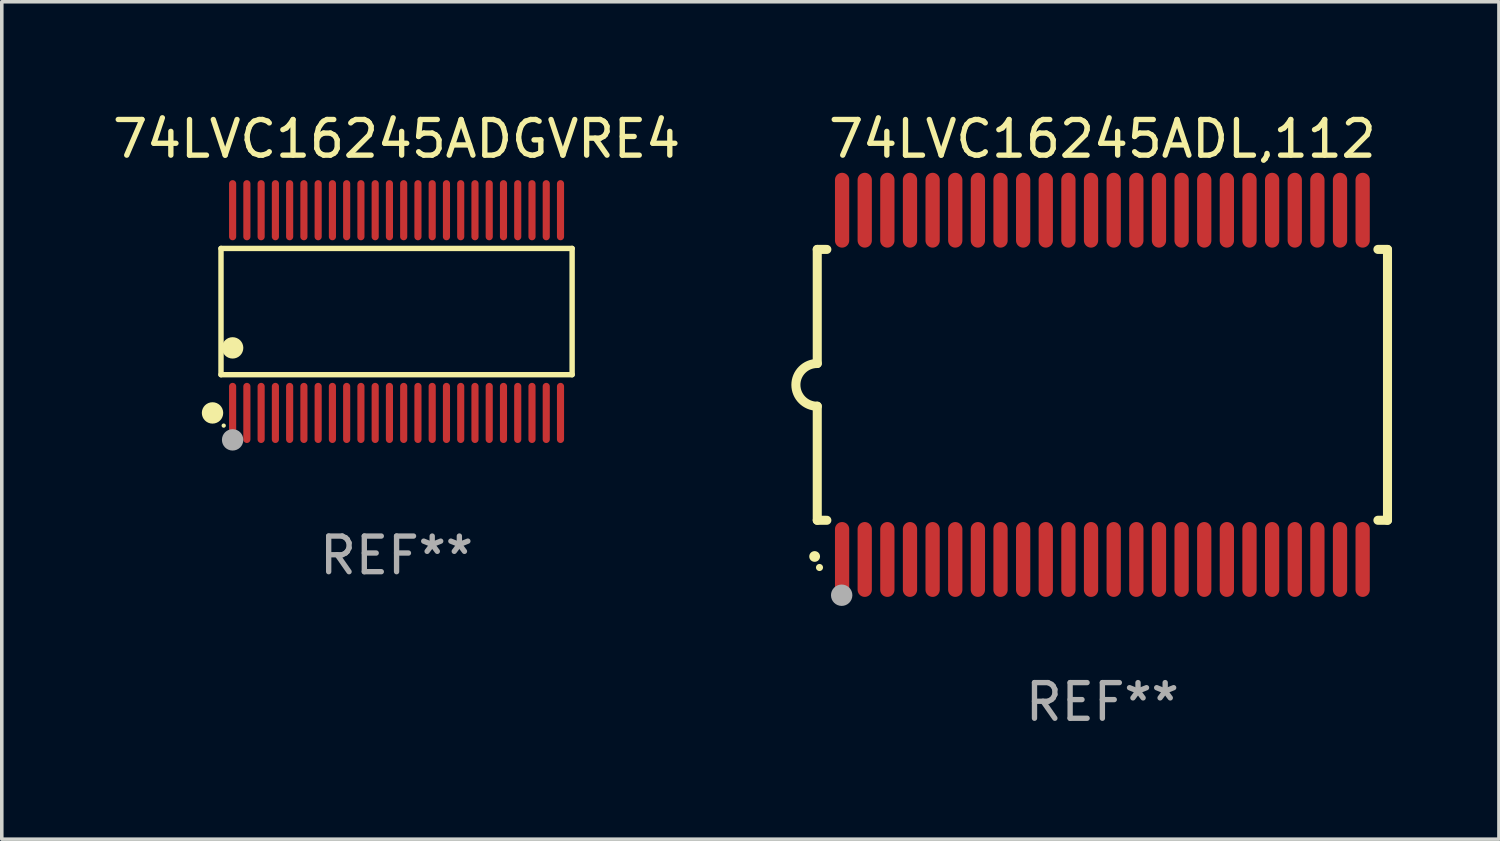
<source format=kicad_pcb>
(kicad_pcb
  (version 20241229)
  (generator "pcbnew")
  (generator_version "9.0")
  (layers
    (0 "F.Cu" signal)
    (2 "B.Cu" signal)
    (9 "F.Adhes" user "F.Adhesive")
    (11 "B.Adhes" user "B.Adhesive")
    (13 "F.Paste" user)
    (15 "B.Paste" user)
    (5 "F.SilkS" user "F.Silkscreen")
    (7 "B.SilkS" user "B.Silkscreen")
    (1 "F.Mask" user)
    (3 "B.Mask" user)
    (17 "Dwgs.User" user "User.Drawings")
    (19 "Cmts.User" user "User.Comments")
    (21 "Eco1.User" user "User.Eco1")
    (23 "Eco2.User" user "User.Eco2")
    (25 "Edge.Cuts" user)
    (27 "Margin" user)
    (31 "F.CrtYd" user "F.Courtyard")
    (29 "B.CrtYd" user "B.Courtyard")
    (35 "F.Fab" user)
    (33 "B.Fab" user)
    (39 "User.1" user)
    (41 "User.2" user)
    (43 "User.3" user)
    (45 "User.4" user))
  (footprint "74LVC16245ADL,112"
    (layer "F.Cu")
    (at 27.881 7.748)
    (property "Reference" "74LVC16245ADL,112" (at 0 -6.9 0) (layer "F.SilkS") (effects (font (size 1 1) (thickness 0.15))))
    (attr through_hole)
    (fp_line (start -8 -3.8) (end -8 -0.599) (stroke (width 0.254) (type solid)) (layer "F.SilkS"))
    (fp_line (start -8 -3.8) (end -7.731 -3.8) (stroke (width 0.254) (type solid)) (layer "F.SilkS"))
    (fp_line (start -8 3.8) (end -8 0.599) (stroke (width 0.254) (type solid)) (layer "F.SilkS"))
    (fp_line (start -7.731 3.8) (end -8 3.8) (stroke (width 0.254) (type solid)) (layer "F.SilkS"))
    (fp_line (start 7.731 -3.8) (end 8 -3.8) (stroke (width 0.254) (type solid)) (layer "F.SilkS"))
    (fp_line (start 8 -3.8) (end 8 3.8) (stroke (width 0.254) (type solid)) (layer "F.SilkS"))
    (fp_line (start 8 3.8) (end 7.731 3.8) (stroke (width 0.254) (type solid)) (layer "F.SilkS"))
    (fp_arc (start -8.074676 4.81585) (mid -8.073406 4.815845) (end -8.072136 4.81585) (stroke (width 0.3) (type solid)) (layer "F.SilkS"))
    (fp_arc (start -8.000025 0.6) (mid -8.598908 0.00056) (end -8.000027 -0.598882) (stroke (width 0.254001) (type solid)) (layer "F.SilkS"))
    (fp_circle (center -7.937 5.125) (end -7.887 5.125) (stroke (width 0.1) (type solid)) (fill no) (layer "F.SilkS"))
    (fp_circle (center -7.315 5.903) (end -7.165 5.903) (stroke (width 0.3) (type solid)) (fill no) (layer "F.Fab"))
    (fp_text user "REF**" (at 0 8.9 0) (layer "F.Fab") (effects (font (size 1 1) (thickness 0.15))))
    (pad "1" smd oval (at -7.303 4.9) (size 0.4 2.1) (layers "F.Cu" "F.Mask" "F.Paste"))
    (pad "2" smd oval (at -6.668 4.9) (size 0.4 2.1) (layers "F.Cu" "F.Mask" "F.Paste"))
    (pad "3" smd oval (at -6.033 4.9) (size 0.4 2.1) (layers "F.Cu" "F.Mask" "F.Paste"))
    (pad "4" smd oval (at -5.398 4.9) (size 0.4 2.1) (layers "F.Cu" "F.Mask" "F.Paste"))
    (pad "5" smd oval (at -4.763 4.9) (size 0.4 2.1) (layers "F.Cu" "F.Mask" "F.Paste"))
    (pad "6" smd oval (at -4.128 4.9) (size 0.4 2.1) (layers "F.Cu" "F.Mask" "F.Paste"))
    (pad "7" smd oval (at -3.493 4.9) (size 0.4 2.1) (layers "F.Cu" "F.Mask" "F.Paste"))
    (pad "8" smd oval (at -2.858 4.9) (size 0.4 2.1) (layers "F.Cu" "F.Mask" "F.Paste"))
    (pad "9" smd oval (at -2.223 4.9) (size 0.4 2.1) (layers "F.Cu" "F.Mask" "F.Paste"))
    (pad "10" smd oval (at -1.588 4.9) (size 0.4 2.1) (layers "F.Cu" "F.Mask" "F.Paste"))
    (pad "11" smd oval (at -0.953 4.9) (size 0.4 2.1) (layers "F.Cu" "F.Mask" "F.Paste"))
    (pad "12" smd oval (at -0.318 4.9) (size 0.4 2.1) (layers "F.Cu" "F.Mask" "F.Paste"))
    (pad "13" smd oval (at 0.318 4.9) (size 0.4 2.1) (layers "F.Cu" "F.Mask" "F.Paste"))
    (pad "14" smd oval (at 0.953 4.9) (size 0.4 2.1) (layers "F.Cu" "F.Mask" "F.Paste"))
    (pad "15" smd oval (at 1.588 4.9) (size 0.4 2.1) (layers "F.Cu" "F.Mask" "F.Paste"))
    (pad "16" smd oval (at 2.223 4.9) (size 0.4 2.1) (layers "F.Cu" "F.Mask" "F.Paste"))
    (pad "17" smd oval (at 2.858 4.9) (size 0.4 2.1) (layers "F.Cu" "F.Mask" "F.Paste"))
    (pad "18" smd oval (at 3.493 4.9) (size 0.4 2.1) (layers "F.Cu" "F.Mask" "F.Paste"))
    (pad "19" smd oval (at 4.128 4.9) (size 0.4 2.1) (layers "F.Cu" "F.Mask" "F.Paste"))
    (pad "20" smd oval (at 4.763 4.9) (size 0.4 2.1) (layers "F.Cu" "F.Mask" "F.Paste"))
    (pad "21" smd oval (at 5.398 4.9) (size 0.4 2.1) (layers "F.Cu" "F.Mask" "F.Paste"))
    (pad "22" smd oval (at 6.033 4.9) (size 0.4 2.1) (layers "F.Cu" "F.Mask" "F.Paste"))
    (pad "23" smd oval (at 6.668 4.9) (size 0.4 2.1) (layers "F.Cu" "F.Mask" "F.Paste"))
    (pad "24" smd oval (at 7.303 4.9) (size 0.4 2.1) (layers "F.Cu" "F.Mask" "F.Paste"))
    (pad "25" smd oval (at 7.303 -4.9 180) (size 0.4 2.1) (layers "F.Cu" "F.Mask" "F.Paste"))
    (pad "26" smd oval (at 6.668 -4.9 180) (size 0.4 2.1) (layers "F.Cu" "F.Mask" "F.Paste"))
    (pad "27" smd oval (at 6.033 -4.9 180) (size 0.4 2.1) (layers "F.Cu" "F.Mask" "F.Paste"))
    (pad "28" smd oval (at 5.398 -4.9 180) (size 0.4 2.1) (layers "F.Cu" "F.Mask" "F.Paste"))
    (pad "29" smd oval (at 4.763 -4.9 180) (size 0.4 2.1) (layers "F.Cu" "F.Mask" "F.Paste"))
    (pad "30" smd oval (at 4.128 -4.9 180) (size 0.4 2.1) (layers "F.Cu" "F.Mask" "F.Paste"))
    (pad "31" smd oval (at 3.493 -4.9 180) (size 0.4 2.1) (layers "F.Cu" "F.Mask" "F.Paste"))
    (pad "32" smd oval (at 2.858 -4.9 180) (size 0.4 2.1) (layers "F.Cu" "F.Mask" "F.Paste"))
    (pad "33" smd oval (at 2.223 -4.9 180) (size 0.4 2.1) (layers "F.Cu" "F.Mask" "F.Paste"))
    (pad "34" smd oval (at 1.588 -4.9 180) (size 0.4 2.1) (layers "F.Cu" "F.Mask" "F.Paste"))
    (pad "35" smd oval (at 0.953 -4.9 180) (size 0.4 2.1) (layers "F.Cu" "F.Mask" "F.Paste"))
    (pad "36" smd oval (at 0.318 -4.9 180) (size 0.4 2.1) (layers "F.Cu" "F.Mask" "F.Paste"))
    (pad "37" smd oval (at -0.318 -4.9 180) (size 0.4 2.1) (layers "F.Cu" "F.Mask" "F.Paste"))
    (pad "38" smd oval (at -0.953 -4.9 180) (size 0.4 2.1) (layers "F.Cu" "F.Mask" "F.Paste"))
    (pad "39" smd oval (at -1.588 -4.9 180) (size 0.4 2.1) (layers "F.Cu" "F.Mask" "F.Paste"))
    (pad "40" smd oval (at -2.223 -4.9 180) (size 0.4 2.1) (layers "F.Cu" "F.Mask" "F.Paste"))
    (pad "41" smd oval (at -2.858 -4.9 180) (size 0.4 2.1) (layers "F.Cu" "F.Mask" "F.Paste"))
    (pad "42" smd oval (at -3.493 -4.9 180) (size 0.4 2.1) (layers "F.Cu" "F.Mask" "F.Paste"))
    (pad "43" smd oval (at -4.128 -4.9 180) (size 0.4 2.1) (layers "F.Cu" "F.Mask" "F.Paste"))
    (pad "44" smd oval (at -4.763 -4.9 180) (size 0.4 2.1) (layers "F.Cu" "F.Mask" "F.Paste"))
    (pad "45" smd oval (at -5.398 -4.9 180) (size 0.4 2.1) (layers "F.Cu" "F.Mask" "F.Paste"))
    (pad "46" smd oval (at -6.033 -4.9 180) (size 0.4 2.1) (layers "F.Cu" "F.Mask" "F.Paste"))
    (pad "47" smd oval (at -6.668 -4.9 180) (size 0.4 2.1) (layers "F.Cu" "F.Mask" "F.Paste"))
    (pad "48" smd oval (at -7.303 -4.9 180) (size 0.4 2.1) (layers "F.Cu" "F.Mask" "F.Paste")))
  (footprint "74LVC16245ADGVRE4"
    (layer "F.Cu")
    (at 8.077 5.692)
    (property "Reference" "74LVC16245ADGVRE4" (at 0 -4.844 0) (layer "F.SilkS") (effects (font (size 1 1) (thickness 0.15))))
    (attr through_hole)
    (fp_line (start -4.926 -1.771) (end 4.926 -1.771) (stroke (width 0.152) (type solid)) (layer "F.SilkS"))
    (fp_line (start -4.926 1.771) (end -4.926 -1.771) (stroke (width 0.152) (type solid)) (layer "F.SilkS"))
    (fp_line (start 4.926 -1.771) (end 4.926 1.771) (stroke (width 0.152) (type solid)) (layer "F.SilkS"))
    (fp_line (start 4.926 1.771) (end -4.926 1.771) (stroke (width 0.152) (type solid)) (layer "F.SilkS"))
    (fp_circle (center -5.164 2.844) (end -5.014 2.844) (stroke (width 0.3) (type solid)) (fill no) (layer "F.SilkS"))
    (fp_circle (center -4.85 3.2) (end -4.82 3.2) (stroke (width 0.06) (type solid)) (fill no) (layer "F.SilkS"))
    (fp_circle (center -4.6 1.019) (end -4.45 1.019) (stroke (width 0.3) (type solid)) (fill no) (layer "F.SilkS"))
    (fp_circle (center -4.6 3.6) (end -4.45 3.6) (stroke (width 0.3) (type solid)) (fill no) (layer "F.Fab"))
    (fp_text user "REF**" (at 0 6.844 0) (layer "F.Fab") (effects (font (size 1 1) (thickness 0.15))))
    (pad "1" smd oval (at -4.6 2.844) (size 0.2 1.687) (layers "F.Cu" "F.Mask" "F.Paste"))
    (pad "2" smd oval (at -4.2 2.844) (size 0.2 1.687) (layers "F.Cu" "F.Mask" "F.Paste"))
    (pad "3" smd oval (at -3.8 2.844) (size 0.2 1.687) (layers "F.Cu" "F.Mask" "F.Paste"))
    (pad "4" smd oval (at -3.4 2.844) (size 0.2 1.687) (layers "F.Cu" "F.Mask" "F.Paste"))
    (pad "5" smd oval (at -3 2.844) (size 0.2 1.687) (layers "F.Cu" "F.Mask" "F.Paste"))
    (pad "6" smd oval (at -2.6 2.844) (size 0.2 1.687) (layers "F.Cu" "F.Mask" "F.Paste"))
    (pad "7" smd oval (at -2.2 2.844) (size 0.2 1.687) (layers "F.Cu" "F.Mask" "F.Paste"))
    (pad "8" smd oval (at -1.8 2.844) (size 0.2 1.687) (layers "F.Cu" "F.Mask" "F.Paste"))
    (pad "9" smd oval (at -1.4 2.844) (size 0.2 1.687) (layers "F.Cu" "F.Mask" "F.Paste"))
    (pad "10" smd oval (at -1 2.844) (size 0.2 1.687) (layers "F.Cu" "F.Mask" "F.Paste"))
    (pad "11" smd oval (at -0.6 2.844) (size 0.2 1.687) (layers "F.Cu" "F.Mask" "F.Paste"))
    (pad "12" smd oval (at -0.2 2.844) (size 0.2 1.687) (layers "F.Cu" "F.Mask" "F.Paste"))
    (pad "13" smd oval (at 0.2 2.844) (size 0.2 1.687) (layers "F.Cu" "F.Mask" "F.Paste"))
    (pad "14" smd oval (at 0.6 2.844) (size 0.2 1.687) (layers "F.Cu" "F.Mask" "F.Paste"))
    (pad "15" smd oval (at 1 2.844) (size 0.2 1.687) (layers "F.Cu" "F.Mask" "F.Paste"))
    (pad "16" smd oval (at 1.4 2.844) (size 0.2 1.687) (layers "F.Cu" "F.Mask" "F.Paste"))
    (pad "17" smd oval (at 1.8 2.844) (size 0.2 1.687) (layers "F.Cu" "F.Mask" "F.Paste"))
    (pad "18" smd oval (at 2.2 2.844) (size 0.2 1.687) (layers "F.Cu" "F.Mask" "F.Paste"))
    (pad "19" smd oval (at 2.6 2.844) (size 0.2 1.687) (layers "F.Cu" "F.Mask" "F.Paste"))
    (pad "20" smd oval (at 3 2.844) (size 0.2 1.687) (layers "F.Cu" "F.Mask" "F.Paste"))
    (pad "21" smd oval (at 3.4 2.844) (size 0.2 1.687) (layers "F.Cu" "F.Mask" "F.Paste"))
    (pad "22" smd oval (at 3.8 2.844) (size 0.2 1.687) (layers "F.Cu" "F.Mask" "F.Paste"))
    (pad "23" smd oval (at 4.2 2.844) (size 0.2 1.687) (layers "F.Cu" "F.Mask" "F.Paste"))
    (pad "24" smd oval (at 4.6 2.844) (size 0.2 1.687) (layers "F.Cu" "F.Mask" "F.Paste"))
    (pad "25" smd oval (at 4.6 -2.844) (size 0.2 1.687) (layers "F.Cu" "F.Mask" "F.Paste"))
    (pad "26" smd oval (at 4.2 -2.844) (size 0.2 1.687) (layers "F.Cu" "F.Mask" "F.Paste"))
    (pad "27" smd oval (at 3.8 -2.844) (size 0.2 1.687) (layers "F.Cu" "F.Mask" "F.Paste"))
    (pad "28" smd oval (at 3.4 -2.844) (size 0.2 1.687) (layers "F.Cu" "F.Mask" "F.Paste"))
    (pad "29" smd oval (at 3 -2.844) (size 0.2 1.687) (layers "F.Cu" "F.Mask" "F.Paste"))
    (pad "30" smd oval (at 2.6 -2.844) (size 0.2 1.687) (layers "F.Cu" "F.Mask" "F.Paste"))
    (pad "31" smd oval (at 2.2 -2.844) (size 0.2 1.687) (layers "F.Cu" "F.Mask" "F.Paste"))
    (pad "32" smd oval (at 1.8 -2.844) (size 0.2 1.687) (layers "F.Cu" "F.Mask" "F.Paste"))
    (pad "33" smd oval (at 1.4 -2.844) (size 0.2 1.687) (layers "F.Cu" "F.Mask" "F.Paste"))
    (pad "34" smd oval (at 1 -2.844) (size 0.2 1.687) (layers "F.Cu" "F.Mask" "F.Paste"))
    (pad "35" smd oval (at 0.6 -2.844) (size 0.2 1.687) (layers "F.Cu" "F.Mask" "F.Paste"))
    (pad "36" smd oval (at 0.2 -2.844) (size 0.2 1.687) (layers "F.Cu" "F.Mask" "F.Paste"))
    (pad "37" smd oval (at -0.2 -2.844) (size 0.2 1.687) (layers "F.Cu" "F.Mask" "F.Paste"))
    (pad "38" smd oval (at -0.6 -2.844) (size 0.2 1.687) (layers "F.Cu" "F.Mask" "F.Paste"))
    (pad "39" smd oval (at -1 -2.844) (size 0.2 1.687) (layers "F.Cu" "F.Mask" "F.Paste"))
    (pad "40" smd oval (at -1.4 -2.844) (size 0.2 1.687) (layers "F.Cu" "F.Mask" "F.Paste"))
    (pad "41" smd oval (at -1.8 -2.844) (size 0.2 1.687) (layers "F.Cu" "F.Mask" "F.Paste"))
    (pad "42" smd oval (at -2.2 -2.844) (size 0.2 1.687) (layers "F.Cu" "F.Mask" "F.Paste"))
    (pad "43" smd oval (at -2.6 -2.844) (size 0.2 1.687) (layers "F.Cu" "F.Mask" "F.Paste"))
    (pad "44" smd oval (at -3 -2.844) (size 0.2 1.687) (layers "F.Cu" "F.Mask" "F.Paste"))
    (pad "45" smd oval (at -3.4 -2.844) (size 0.2 1.687) (layers "F.Cu" "F.Mask" "F.Paste"))
    (pad "46" smd oval (at -3.8 -2.844) (size 0.2 1.687) (layers "F.Cu" "F.Mask" "F.Paste"))
    (pad "47" smd oval (at -4.2 -2.844) (size 0.2 1.687) (layers "F.Cu" "F.Mask" "F.Paste"))
    (pad "48" smd oval (at -4.6 -2.844) (size 0.2 1.687) (layers "F.Cu" "F.Mask" "F.Paste")))
  (gr_rect
    (start -3 -3)
    (end 39.008 20.496)
    (stroke (width 0.1) (type default))
    (fill no)
    (layer "Edge.Cuts")))
</source>
